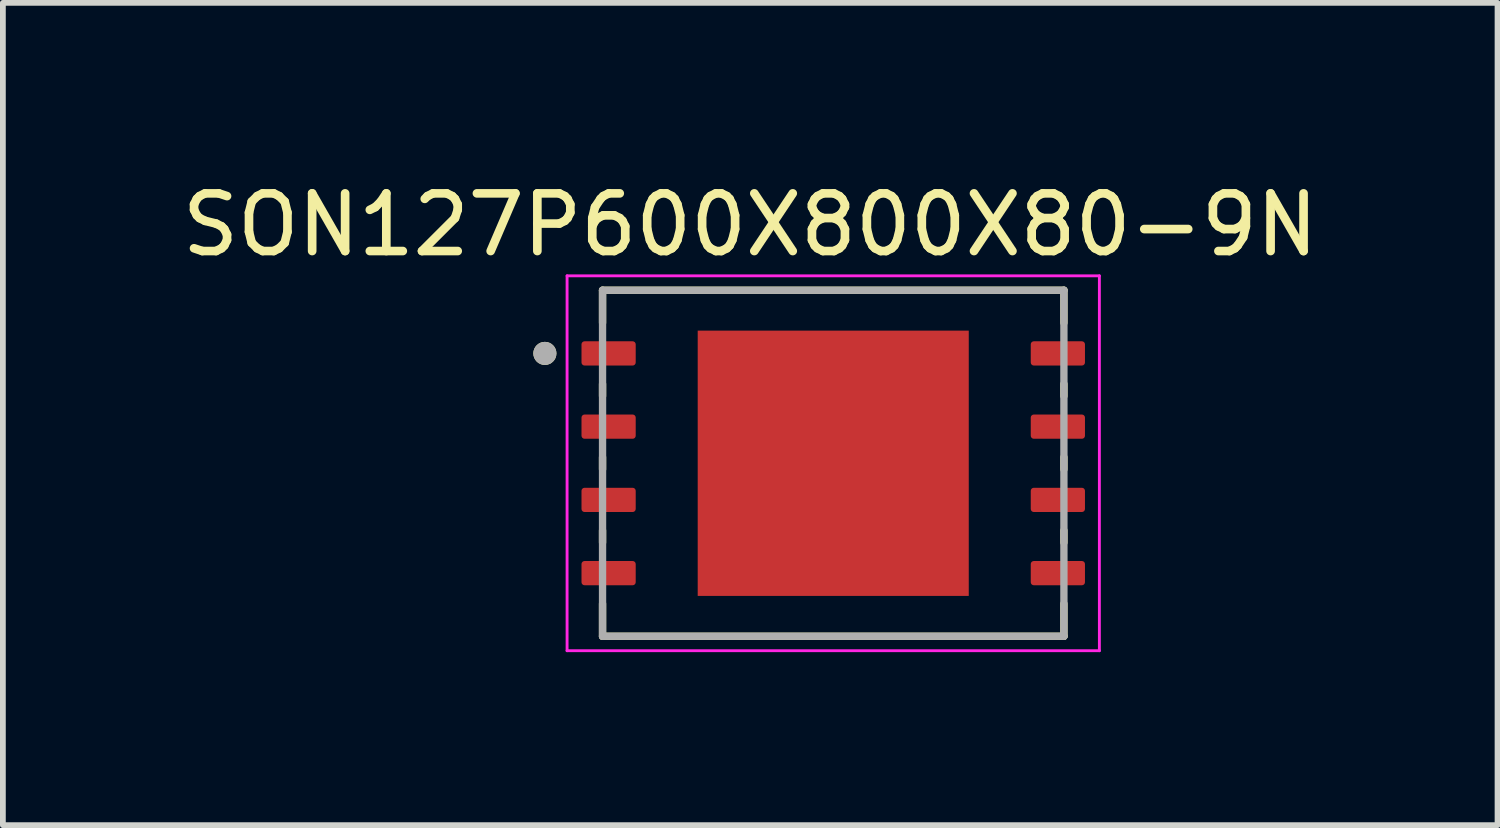
<source format=kicad_pcb>
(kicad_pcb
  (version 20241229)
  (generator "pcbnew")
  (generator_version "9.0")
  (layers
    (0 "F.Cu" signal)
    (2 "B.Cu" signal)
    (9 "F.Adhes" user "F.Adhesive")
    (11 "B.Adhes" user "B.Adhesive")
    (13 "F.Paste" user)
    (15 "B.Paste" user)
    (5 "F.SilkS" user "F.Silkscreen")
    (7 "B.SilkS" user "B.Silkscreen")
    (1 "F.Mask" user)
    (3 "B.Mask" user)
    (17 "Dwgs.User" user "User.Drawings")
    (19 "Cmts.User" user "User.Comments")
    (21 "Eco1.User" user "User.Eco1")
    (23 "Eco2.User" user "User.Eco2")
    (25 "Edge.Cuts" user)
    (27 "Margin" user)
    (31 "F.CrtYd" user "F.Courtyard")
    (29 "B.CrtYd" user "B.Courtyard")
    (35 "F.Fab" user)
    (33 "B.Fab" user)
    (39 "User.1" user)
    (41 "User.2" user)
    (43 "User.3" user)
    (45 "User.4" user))
  (footprint "SON127P600X800X80-9N"
    (layer "F.Cu")
    (at 11.398 4.983)
    (property "Reference" "SON127P600X800X80-9N" (at -1.44 -4.135 0) (layer "F.SilkS") (effects (font (size 1 1) (thickness 0.15))))
    (attr smd)
    (fp_line (start -4 -3) (end -4 -2.435) (stroke (width 0.127) (type solid)) (layer "F.SilkS"))
    (fp_line (start -4 -3) (end 4 -3) (stroke (width 0.127) (type solid)) (layer "F.SilkS"))
    (fp_line (start -4 -1.375) (end -4 -1.165) (stroke (width 0.127) (type solid)) (layer "F.SilkS"))
    (fp_line (start -4 -0.105) (end -4 0.105) (stroke (width 0.127) (type solid)) (layer "F.SilkS"))
    (fp_line (start -4 1.165) (end -4 1.375) (stroke (width 0.127) (type solid)) (layer "F.SilkS"))
    (fp_line (start -4 2.435) (end -4 3) (stroke (width 0.127) (type solid)) (layer "F.SilkS"))
    (fp_line (start -4 3) (end 4 3) (stroke (width 0.127) (type solid)) (layer "F.SilkS"))
    (fp_line (start 4 -3) (end 4 -2.435) (stroke (width 0.127) (type solid)) (layer "F.SilkS"))
    (fp_line (start 4 -1.375) (end 4 -1.165) (stroke (width 0.127) (type solid)) (layer "F.SilkS"))
    (fp_line (start 4 -0.105) (end 4 0.105) (stroke (width 0.127) (type solid)) (layer "F.SilkS"))
    (fp_line (start 4 1.165) (end 4 1.375) (stroke (width 0.127) (type solid)) (layer "F.SilkS"))
    (fp_line (start 4 2.435) (end 4 3) (stroke (width 0.127) (type solid)) (layer "F.SilkS"))
    (fp_circle (center -5 -1.905) (end -4.9 -1.905) (stroke (width 0.2) (type solid)) (fill no) (layer "F.SilkS"))
    (fp_poly (pts (xy -1.925 -1.875) (xy -0.425 -1.875) (xy -0.425 -0.425) (xy -1.925 -0.425)) (stroke (width 0.01) (type solid)) (fill yes) (layer "F.Paste"))
    (fp_poly (pts (xy -1.925 0.425) (xy -0.425 0.425) (xy -0.425 1.875) (xy -1.925 1.875)) (stroke (width 0.01) (type solid)) (fill yes) (layer "F.Paste"))
    (fp_poly (pts (xy 0.425 -1.875) (xy 1.925 -1.875) (xy 1.925 -0.425) (xy 0.425 -0.425)) (stroke (width 0.01) (type solid)) (fill yes) (layer "F.Paste"))
    (fp_poly (pts (xy 0.425 0.425) (xy 1.925 0.425) (xy 1.925 1.875) (xy 0.425 1.875)) (stroke (width 0.01) (type solid)) (fill yes) (layer "F.Paste"))
    (fp_line (start -4.615 -3.25) (end -4.615 3.25) (stroke (width 0.05) (type solid)) (layer "F.CrtYd"))
    (fp_line (start -4.615 -3.25) (end 4.615 -3.25) (stroke (width 0.05) (type solid)) (layer "F.CrtYd"))
    (fp_line (start -4.615 3.25) (end 4.615 3.25) (stroke (width 0.05) (type solid)) (layer "F.CrtYd"))
    (fp_line (start 4.615 -3.25) (end 4.615 3.25) (stroke (width 0.05) (type solid)) (layer "F.CrtYd"))
    (fp_line (start -4 -3) (end -4 3) (stroke (width 0.127) (type solid)) (layer "F.Fab"))
    (fp_line (start -4 -3) (end 4 -3) (stroke (width 0.127) (type solid)) (layer "F.Fab"))
    (fp_line (start -4 3) (end 4 3) (stroke (width 0.127) (type solid)) (layer "F.Fab"))
    (fp_line (start 4 -3) (end 4 3) (stroke (width 0.127) (type solid)) (layer "F.Fab"))
    (fp_circle (center -5 -1.905) (end -4.9 -1.905) (stroke (width 0.2) (type solid)) (fill no) (layer "F.Fab"))
    (pad "1" smd roundrect (at -3.895 -1.905) (size 0.94 0.42) (layers "F.Cu" "F.Mask" "F.Paste") (roundrect_rratio 0.125))
    (pad "2" smd roundrect (at -3.895 -0.635) (size 0.94 0.42) (layers "F.Cu" "F.Mask" "F.Paste") (roundrect_rratio 0.125))
    (pad "3" smd roundrect (at -3.895 0.635) (size 0.94 0.42) (layers "F.Cu" "F.Mask" "F.Paste") (roundrect_rratio 0.125))
    (pad "4" smd roundrect (at -3.895 1.905) (size 0.94 0.42) (layers "F.Cu" "F.Mask" "F.Paste") (roundrect_rratio 0.125))
    (pad "5" smd roundrect (at 3.895 1.905) (size 0.94 0.42) (layers "F.Cu" "F.Mask" "F.Paste") (roundrect_rratio 0.125))
    (pad "6" smd roundrect (at 3.895 0.635) (size 0.94 0.42) (layers "F.Cu" "F.Mask" "F.Paste") (roundrect_rratio 0.125))
    (pad "7" smd roundrect (at 3.895 -0.635) (size 0.94 0.42) (layers "F.Cu" "F.Mask" "F.Paste") (roundrect_rratio 0.125))
    (pad "8" smd roundrect (at 3.895 -1.905) (size 0.94 0.42) (layers "F.Cu" "F.Mask" "F.Paste") (roundrect_rratio 0.125))
    (pad "9" smd rect (at 0 0) (size 4.7 4.6) (layers "F.Cu" "F.Mask")))
  (gr_rect
    (start -3 -3)
    (end 22.917 11.258)
    (stroke (width 0.1) (type default))
    (fill no)
    (layer "Edge.Cuts")))
</source>
